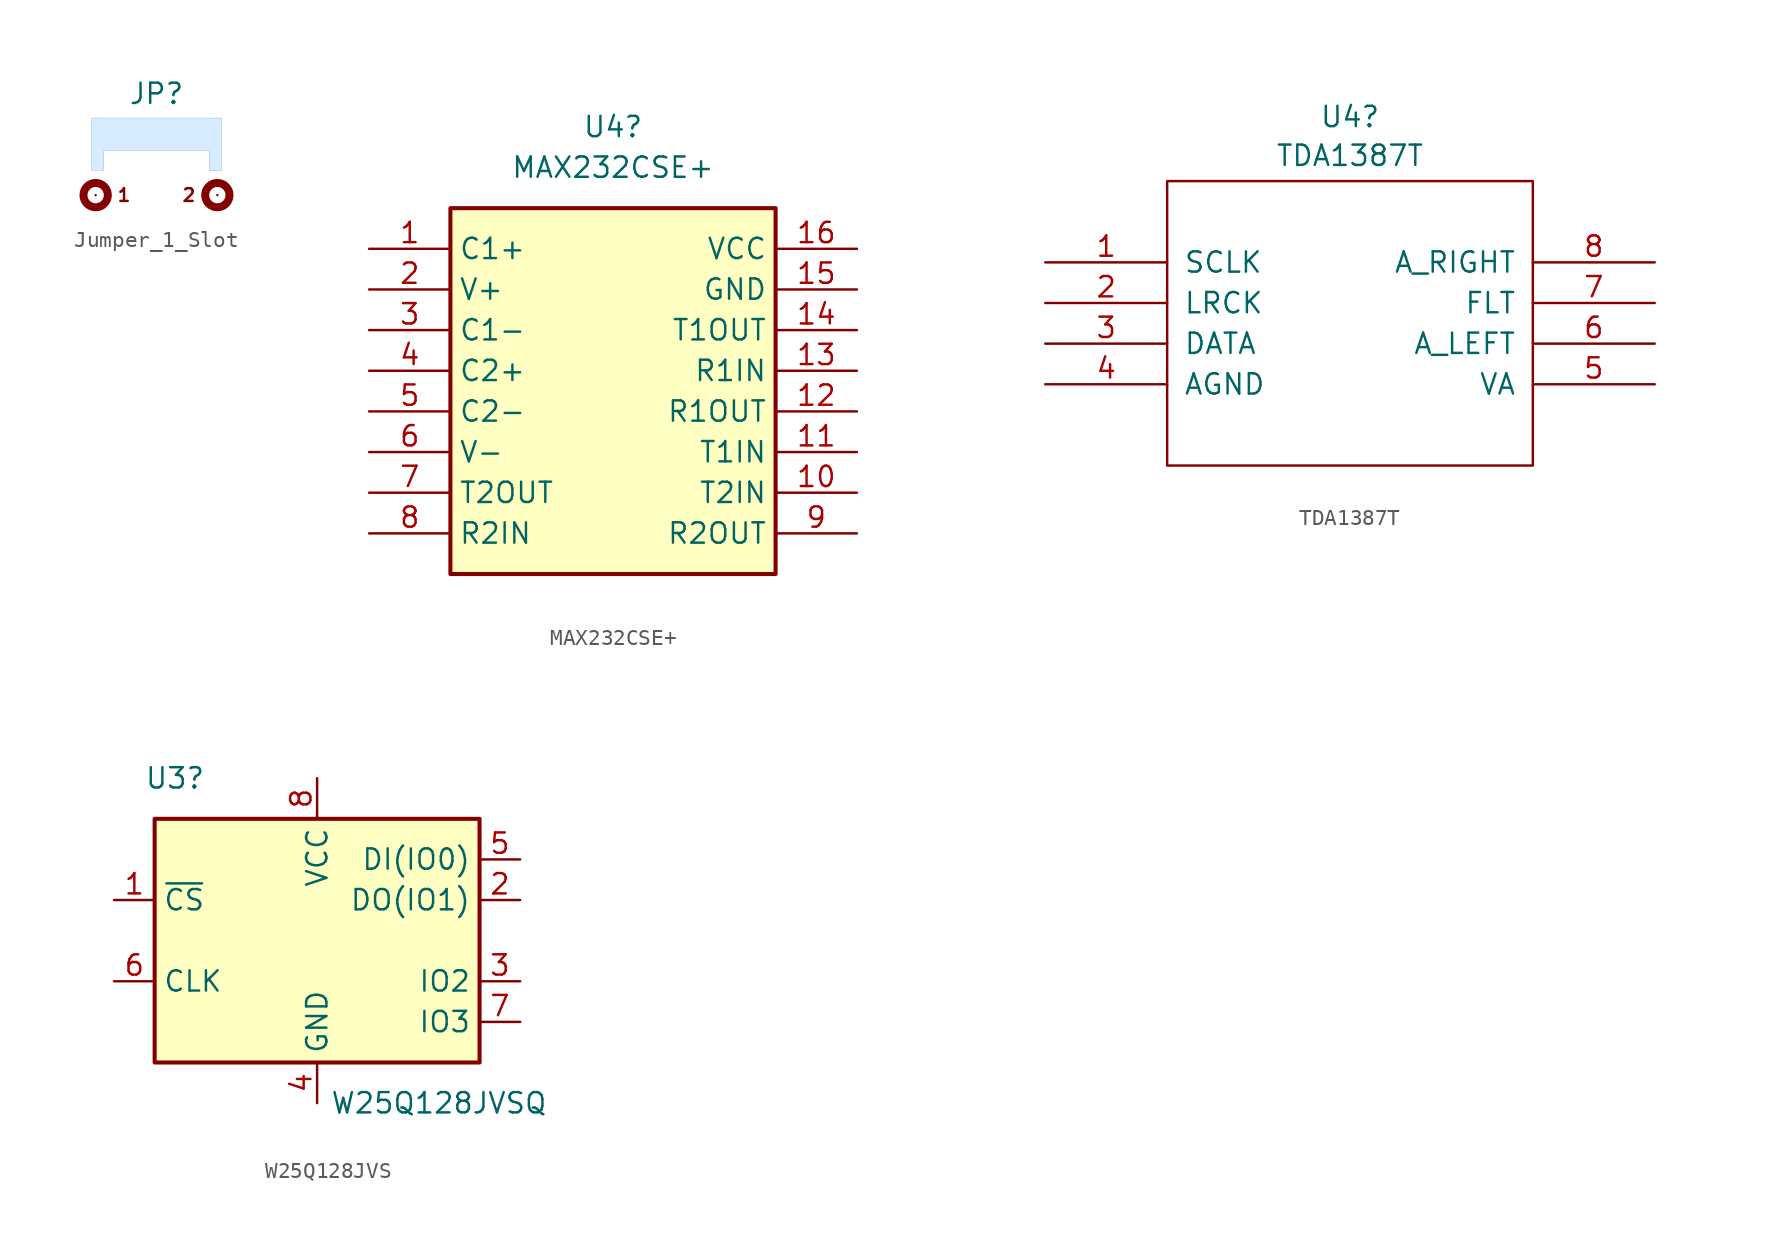
<source format=kicad_sym>
(kicad_symbol_lib
  (version 20241209)
  (generator "kicad_symbol_editor")
  (generator_version "9.0")
  (symbol "Jumper_1_Slot"
    (pin_numbers
      (hide yes))
    (property "Reference" "JP"
      (at 0 6.35 0)
      (do_not_autoplace)
      (effects (font (size 1.27 1.27))))
    (property "Value" ""
      (at 0 0 90)
      (effects (font (size 1.27 1.27))))
    (symbol "Jumper_1_Slot_1_1"
      (rectangle (start -4.051 4.813) (end -3.315 1.562) (stroke (width -0.0001) (type default)) (fill (type color) (color 215 236 255 1)))
      (rectangle (start -3.81 4.813) (end 3.81 2.807) (stroke (width -0.0001) (type default)) (fill (type color) (color 215 236 255 1)))
      (circle (center -3.81 0) (radius 0.762) (stroke (width 0.5) (type default)) (fill (type none)))
      (polyline (pts (xy -3.302 1.537) (xy -4.064 1.537) (xy -4.064 4.826) (xy 4.064 4.826) (xy 4.064 1.524) (xy 3.315 1.524) (xy 3.315 2.794) (xy -3.302 2.794) (xy -3.302 1.537)) (stroke (width 0.025) (type default) (color 146 154 255 1)) (fill (type none)))
      (rectangle (start 3.302 4.826) (end 4.064 1.524) (stroke (width -0.0001) (type default)) (fill (type color) (color 215 236 255 1)))
      (circle (center 3.81 0) (radius 0.762) (stroke (width 0.5) (type default)) (fill (type none)))
      (text "1" (at -2.032 0 0) (effects (font (size 0.8 0.8))))
      (text "2" (at 2.032 0 0) (effects (font (size 0.8 0.8))))
      (pin passive line (at -3.81 0 0) (length 0) (name "~" (effects (font (size 1.27 1.27)))) (number "1" (effects (font (size 1.27 1.27)))))
      (pin passive line (at 3.81 0 180) (length 0) (name "~" (effects (font (size 1.27 1.27)))) (number "2" (effects (font (size 1.27 1.27)))))))
  (symbol "MAX232CSE+"
    (property "Reference" "U4"
      (at 15.24 7.62 0)
      (effects (font (size 1.27 1.27))))
    (property "Value" "MAX232CSE+"
      (at 15.24 5.08 0)
      (effects (font (size 1.27 1.27))))
    (symbol "MAX232CSE+_1_1"
      (rectangle (start 5.08 2.54) (end 25.4 -20.32) (stroke (width 0.254) (type default)) (fill (type background)))
      (pin passive line (at 0 0 0) (length 5.08) (name "C1+" (effects (font (size 1.27 1.27)))) (number "1" (effects (font (size 1.27 1.27)))))
      (pin passive line (at 0 -2.54 0) (length 5.08) (name "V+" (effects (font (size 1.27 1.27)))) (number "2" (effects (font (size 1.27 1.27)))))
      (pin passive line (at 0 -5.08 0) (length 5.08) (name "C1-" (effects (font (size 1.27 1.27)))) (number "3" (effects (font (size 1.27 1.27)))))
      (pin passive line (at 0 -7.62 0) (length 5.08) (name "C2+" (effects (font (size 1.27 1.27)))) (number "4" (effects (font (size 1.27 1.27)))))
      (pin passive line (at 0 -10.16 0) (length 5.08) (name "C2-" (effects (font (size 1.27 1.27)))) (number "5" (effects (font (size 1.27 1.27)))))
      (pin passive line (at 0 -12.7 0) (length 5.08) (name "V-" (effects (font (size 1.27 1.27)))) (number "6" (effects (font (size 1.27 1.27)))))
      (pin passive line (at 0 -15.24 0) (length 5.08) (name "T2OUT" (effects (font (size 1.27 1.27)))) (number "7" (effects (font (size 1.27 1.27)))))
      (pin passive line (at 0 -17.78 0) (length 5.08) (name "R2IN" (effects (font (size 1.27 1.27)))) (number "8" (effects (font (size 1.27 1.27)))))
      (pin passive line (at 30.48 0 180) (length 5.08) (name "VCC" (effects (font (size 1.27 1.27)))) (number "16" (effects (font (size 1.27 1.27)))))
      (pin passive line (at 30.48 -2.54 180) (length 5.08) (name "GND" (effects (font (size 1.27 1.27)))) (number "15" (effects (font (size 1.27 1.27)))))
      (pin passive line (at 30.48 -5.08 180) (length 5.08) (name "T1OUT" (effects (font (size 1.27 1.27)))) (number "14" (effects (font (size 1.27 1.27)))))
      (pin passive line (at 30.48 -7.62 180) (length 5.08) (name "R1IN" (effects (font (size 1.27 1.27)))) (number "13" (effects (font (size 1.27 1.27)))))
      (pin passive line (at 30.48 -10.16 180) (length 5.08) (name "R1OUT" (effects (font (size 1.27 1.27)))) (number "12" (effects (font (size 1.27 1.27)))))
      (pin passive line (at 30.48 -12.7 180) (length 5.08) (name "T1IN" (effects (font (size 1.27 1.27)))) (number "11" (effects (font (size 1.27 1.27)))))
      (pin passive line (at 30.48 -15.24 180) (length 5.08) (name "T2IN" (effects (font (size 1.27 1.27)))) (number "10" (effects (font (size 1.27 1.27)))))
      (pin passive line (at 30.48 -17.78 180) (length 5.08) (name "R2OUT" (effects (font (size 1.27 1.27)))) (number "9" (effects (font (size 1.27 1.27)))))))
  (symbol "TDA1387T"
    (pin_names
      (offset 1.016))
    (property "Reference" "U4"
      (at 0 12.908 0)
      (effects (font (size 1.27 1.27))))
    (property "Value" "TDA1387T"
      (at 0 10.483 0)
      (effects (font (size 1.27 1.27))))
    (symbol "TDA1387T_1_0"
      (rectangle (start -11.43 -8.89) (end 11.43 8.89) (stroke (width 0) (type solid)) (fill (type none))))
    (symbol "TDA1387T_1_1"
      (pin input line (at -19.05 3.81 0) (length 7.62) (name "SCLK" (effects (font (size 1.27 1.27)))) (number "1" (effects (font (size 1.27 1.27)))))
      (pin input line (at -19.05 1.27 0) (length 7.62) (name "LRCK" (effects (font (size 1.27 1.27)))) (number "2" (effects (font (size 1.27 1.27)))))
      (pin input line (at -19.05 -1.27 0) (length 7.62) (name "DATA" (effects (font (size 1.27 1.27)))) (number "3" (effects (font (size 1.27 1.27)))))
      (pin input line (at -19.05 -3.81 0) (length 7.62) (name "AGND" (effects (font (size 1.27 1.27)))) (number "4" (effects (font (size 1.27 1.27)))))
      (pin input line (at 19.05 3.81 180) (length 7.62) (name "A_RIGHT" (effects (font (size 1.27 1.27)))) (number "8" (effects (font (size 1.27 1.27)))))
      (pin input line (at 19.05 1.27 180) (length 7.62) (name "FLT" (effects (font (size 1.27 1.27)))) (number "7" (effects (font (size 1.27 1.27)))))
      (pin input line (at 19.05 -1.27 180) (length 7.62) (name "A_LEFT" (effects (font (size 1.27 1.27)))) (number "6" (effects (font (size 1.27 1.27)))))
      (pin input line (at 19.05 -3.81 180) (length 7.62) (name "VA" (effects (font (size 1.27 1.27)))) (number "5" (effects (font (size 1.27 1.27)))))))
  (symbol "W25Q128JVS"
    (property "Reference" "U3"
      (at -8.89 10.16 0)
      (effects (font (size 1.27 1.27))))
    (property "Value" "W25Q128JVSQ"
      (at 7.62 -10.16 0)
      (effects (font (size 1.27 1.27))))
    (symbol "W25Q128JVS_0_1"
      (rectangle (start -10.16 7.62) (end 10.16 -7.62) (stroke (width 0.254) (type default)) (fill (type background))))
    (symbol "W25Q128JVS_1_1"
      (pin input line (at -12.7 2.54 0) (length 2.54) (name "~{CS}" (effects (font (size 1.27 1.27)))) (number "1" (effects (font (size 1.27 1.27)))))
      (pin input line (at -12.7 -2.54 0) (length 2.54) (name "CLK" (effects (font (size 1.27 1.27)))) (number "6" (effects (font (size 1.27 1.27)))))
      (pin power_in line (at 0 10.16 270) (length 2.54) (name "VCC" (effects (font (size 1.27 1.27)))) (number "8" (effects (font (size 1.27 1.27)))))
      (pin power_in line (at 0 -10.16 90) (length 2.54) (name "GND" (effects (font (size 1.27 1.27)))) (number "4" (effects (font (size 1.27 1.27)))))
      (pin bidirectional line (at 12.7 5.08 180) (length 2.54) (name "DI(IO0)" (effects (font (size 1.27 1.27)))) (number "5" (effects (font (size 1.27 1.27)))))
      (pin bidirectional line (at 12.7 2.54 180) (length 2.54) (name "DO(IO1)" (effects (font (size 1.27 1.27)))) (number "2" (effects (font (size 1.27 1.27)))))
      (pin bidirectional line (at 12.7 -2.54 180) (length 2.54) (name "IO2" (effects (font (size 1.27 1.27)))) (number "3" (effects (font (size 1.27 1.27)))))
      (pin bidirectional line (at 12.7 -5.08 180) (length 2.54) (name "IO3" (effects (font (size 1.27 1.27)))) (number "7" (effects (font (size 1.27 1.27))))))))
</source>
